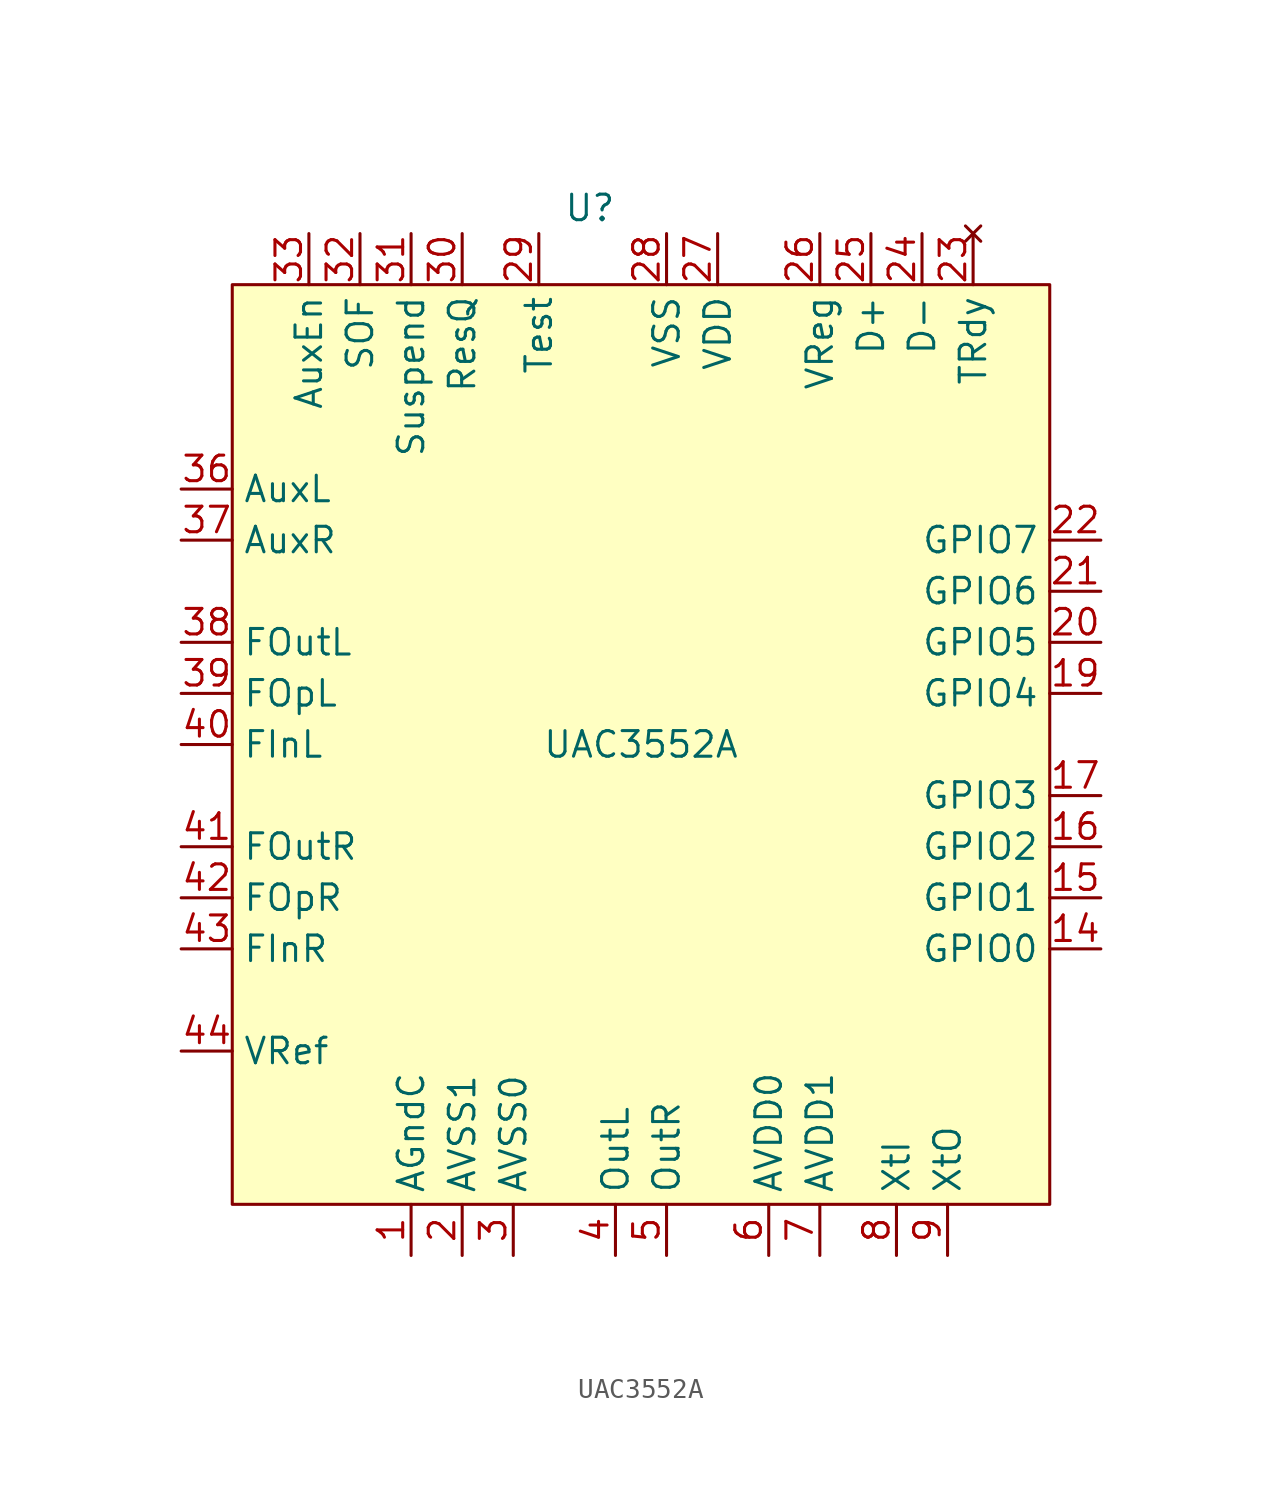
<source format=kicad_sym>
(kicad_symbol_lib
  (version 20220914)
  (generator kicad_symbol_editor)
  (symbol "UAC3552A"
    (property "Reference" "U"
      (at -2.54 26.67 0)
      (effects (font (size 1.27 1.27))))
    (property "Value" "UAC3552A"
      (at 0 0 0)
      (effects (font (size 1.27 1.27))))
    (symbol "UAC3552A_0_0"
      (pin input line (at -11.43 -25.4 90) (length 2.54) (name "AGndC" (effects (font (size 1.27 1.27)))) (number "1" (effects (font (size 1.27 1.27)))))
      (pin power_in line (at -8.89 -25.4 90) (length 2.54) (name "AVSS1" (effects (font (size 1.27 1.27)))) (number "2" (effects (font (size 1.27 1.27))))))
    (symbol "UAC3552A_0_1"
      (rectangle (start -20.32 22.86) (end 20.32 -22.86) (stroke (width 0.152) (type default)) (fill (type background))))
    (symbol "UAC3552A_1_1"
      (pin bidirectional line (at 22.86 -10.16 180) (length 2.54) (name "GPIO0" (effects (font (size 1.27 1.27)))) (number "14" (effects (font (size 1.27 1.27)))))
      (pin bidirectional line (at 22.86 -7.62 180) (length 2.54) (name "GPIO1" (effects (font (size 1.27 1.27)))) (number "15" (effects (font (size 1.27 1.27)))))
      (pin bidirectional line (at 22.86 -5.08 180) (length 2.54) (name "GPIO2" (effects (font (size 1.27 1.27)))) (number "16" (effects (font (size 1.27 1.27)))))
      (pin bidirectional line (at 22.86 -2.54 180) (length 2.54) (name "GPIO3" (effects (font (size 1.27 1.27)))) (number "17" (effects (font (size 1.27 1.27)))))
      (pin bidirectional line (at 22.86 2.54 180) (length 2.54) (name "GPIO4" (effects (font (size 1.27 1.27)))) (number "19" (effects (font (size 1.27 1.27)))))
      (pin bidirectional line (at 22.86 5.08 180) (length 2.54) (name "GPIO5" (effects (font (size 1.27 1.27)))) (number "20" (effects (font (size 1.27 1.27)))))
      (pin bidirectional line (at 22.86 7.62 180) (length 2.54) (name "GPIO6" (effects (font (size 1.27 1.27)))) (number "21" (effects (font (size 1.27 1.27)))))
      (pin bidirectional line (at 22.86 10.16 180) (length 2.54) (name "GPIO7" (effects (font (size 1.27 1.27)))) (number "22" (effects (font (size 1.27 1.27)))))
      (pin no_connect line (at 16.51 25.4 270) (length 2.54) (name "TRdy" (effects (font (size 1.27 1.27)))) (number "23" (effects (font (size 1.27 1.27)))))
      (pin bidirectional line (at 13.97 25.4 270) (length 2.54) (name "D-" (effects (font (size 1.27 1.27)))) (number "24" (effects (font (size 1.27 1.27)))))
      (pin bidirectional line (at 11.43 25.4 270) (length 2.54) (name "D+" (effects (font (size 1.27 1.27)))) (number "25" (effects (font (size 1.27 1.27)))))
      (pin passive line (at 8.89 25.4 270) (length 2.54) (name "VReg" (effects (font (size 1.27 1.27)))) (number "26" (effects (font (size 1.27 1.27)))))
      (pin power_in line (at 3.81 25.4 270) (length 2.54) (name "VDD" (effects (font (size 1.27 1.27)))) (number "27" (effects (font (size 1.27 1.27)))))
      (pin power_in line (at 1.27 25.4 270) (length 2.54) (name "VSS" (effects (font (size 1.27 1.27)))) (number "28" (effects (font (size 1.27 1.27)))))
      (pin passive line (at -5.08 25.4 270) (length 2.54) (name "Test" (effects (font (size 1.27 1.27)))) (number "29" (effects (font (size 1.27 1.27)))))
      (pin power_in line (at -6.35 -25.4 90) (length 2.54) (name "AVSS0" (effects (font (size 1.27 1.27)))) (number "3" (effects (font (size 1.27 1.27)))))
      (pin input line (at -8.89 25.4 270) (length 2.54) (name "ResQ" (effects (font (size 1.27 1.27)))) (number "30" (effects (font (size 1.27 1.27)))))
      (pin output line (at -11.43 25.4 270) (length 2.54) (name "Suspend" (effects (font (size 1.27 1.27)))) (number "31" (effects (font (size 1.27 1.27)))))
      (pin output line (at -13.97 25.4 270) (length 2.54) (name "SOF" (effects (font (size 1.27 1.27)))) (number "32" (effects (font (size 1.27 1.27)))))
      (pin input line (at -16.51 25.4 270) (length 2.54) (name "AuxEn" (effects (font (size 1.27 1.27)))) (number "33" (effects (font (size 1.27 1.27)))))
      (pin input line (at -22.86 12.7 0) (length 2.54) (name "AuxL" (effects (font (size 1.27 1.27)))) (number "36" (effects (font (size 1.27 1.27)))))
      (pin input line (at -22.86 10.16 0) (length 2.54) (name "AuxR" (effects (font (size 1.27 1.27)))) (number "37" (effects (font (size 1.27 1.27)))))
      (pin output line (at -22.86 5.08 0) (length 2.54) (name "FOutL" (effects (font (size 1.27 1.27)))) (number "38" (effects (font (size 1.27 1.27)))))
      (pin input line (at -22.86 2.54 0) (length 2.54) (name "FOpL" (effects (font (size 1.27 1.27)))) (number "39" (effects (font (size 1.27 1.27)))))
      (pin output line (at -1.27 -25.4 90) (length 2.54) (name "OutL" (effects (font (size 1.27 1.27)))) (number "4" (effects (font (size 1.27 1.27)))))
      (pin input line (at -22.86 0 0) (length 2.54) (name "FInL" (effects (font (size 1.27 1.27)))) (number "40" (effects (font (size 1.27 1.27)))))
      (pin output line (at -22.86 -5.08 0) (length 2.54) (name "FOutR" (effects (font (size 1.27 1.27)))) (number "41" (effects (font (size 1.27 1.27)))))
      (pin input line (at -22.86 -7.62 0) (length 2.54) (name "FOpR" (effects (font (size 1.27 1.27)))) (number "42" (effects (font (size 1.27 1.27)))))
      (pin input line (at -22.86 -10.16 0) (length 2.54) (name "FInR" (effects (font (size 1.27 1.27)))) (number "43" (effects (font (size 1.27 1.27)))))
      (pin input line (at -22.86 -15.24 0) (length 2.54) (name "VRef" (effects (font (size 1.27 1.27)))) (number "44" (effects (font (size 1.27 1.27)))))
      (pin output line (at 1.27 -25.4 90) (length 2.54) (name "OutR" (effects (font (size 1.27 1.27)))) (number "5" (effects (font (size 1.27 1.27)))))
      (pin power_in line (at 6.35 -25.4 90) (length 2.54) (name "AVDD0" (effects (font (size 1.27 1.27)))) (number "6" (effects (font (size 1.27 1.27)))))
      (pin power_in line (at 8.89 -25.4 90) (length 2.54) (name "AVDD1" (effects (font (size 1.27 1.27)))) (number "7" (effects (font (size 1.27 1.27)))))
      (pin input line (at 12.7 -25.4 90) (length 2.54) (name "XtI" (effects (font (size 1.27 1.27)))) (number "8" (effects (font (size 1.27 1.27)))))
      (pin output line (at 15.24 -25.4 90) (length 2.54) (name "XtO" (effects (font (size 1.27 1.27)))) (number "9" (effects (font (size 1.27 1.27))))))))
</source>
